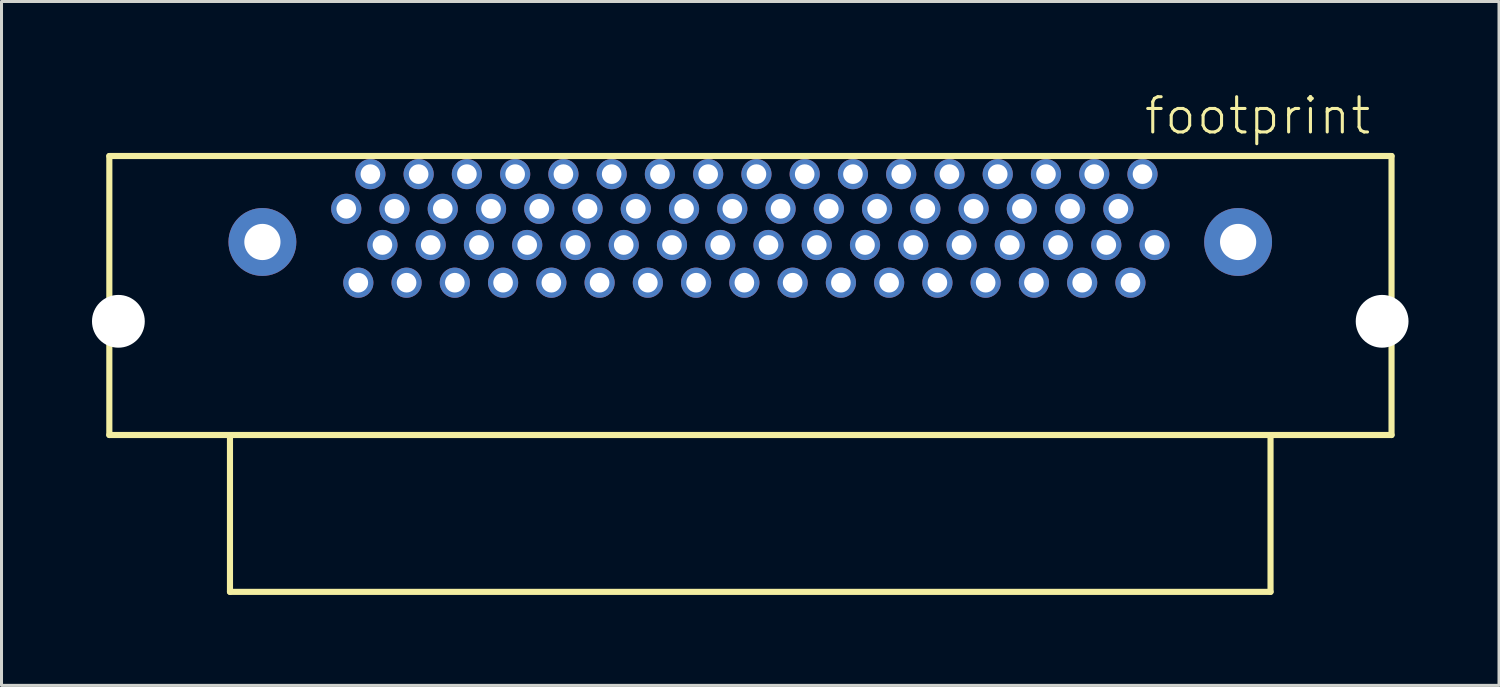
<source format=kicad_pcb>
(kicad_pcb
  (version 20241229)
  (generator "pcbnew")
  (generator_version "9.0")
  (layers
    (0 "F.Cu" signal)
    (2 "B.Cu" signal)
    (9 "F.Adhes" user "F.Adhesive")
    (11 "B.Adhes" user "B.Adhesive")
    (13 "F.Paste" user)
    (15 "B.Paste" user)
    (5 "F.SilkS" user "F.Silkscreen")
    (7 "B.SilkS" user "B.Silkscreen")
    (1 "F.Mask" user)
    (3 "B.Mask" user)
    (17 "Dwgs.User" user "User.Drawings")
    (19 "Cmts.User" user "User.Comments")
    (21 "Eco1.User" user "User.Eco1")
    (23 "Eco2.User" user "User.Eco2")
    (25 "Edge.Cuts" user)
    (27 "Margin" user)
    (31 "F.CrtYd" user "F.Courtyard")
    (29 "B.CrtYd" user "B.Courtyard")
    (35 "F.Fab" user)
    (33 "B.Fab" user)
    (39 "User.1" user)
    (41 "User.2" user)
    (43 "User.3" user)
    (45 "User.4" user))
  (footprint "footprint"
    (layer "F.Cu")
    (at 21.825 4.973)
    (property "Reference" "footprint" (at 13 -3.5 0) (layer "F.SilkS") (effects (font (size 1.168 1.168) (thickness 0.102)) (justify left bottom)))
    (fp_line (start -21.25 -2.85) (end -21.25 6.4) (stroke (width 0.203) (type solid)) (layer "F.SilkS"))
    (fp_line (start -21.25 6.4) (end -17.25 6.4) (stroke (width 0.203) (type solid)) (layer "F.SilkS"))
    (fp_line (start -17.25 6.4) (end -17.25 11.6) (stroke (width 0.203) (type solid)) (layer "F.SilkS"))
    (fp_line (start -17.25 6.4) (end 17.25 6.4) (stroke (width 0.203) (type solid)) (layer "F.SilkS"))
    (fp_line (start -17.25 11.6) (end 17.25 11.6) (stroke (width 0.203) (type solid)) (layer "F.SilkS"))
    (fp_line (start 17.25 6.4) (end 21.262 6.4) (stroke (width 0.203) (type solid)) (layer "F.SilkS"))
    (fp_line (start 17.25 11.6) (end 17.25 6.4) (stroke (width 0.203) (type solid)) (layer "F.SilkS"))
    (fp_line (start 21.262 -2.85) (end -21.25 -2.85) (stroke (width 0.203) (type solid)) (layer "F.SilkS"))
    (fp_line (start 21.262 6.4) (end 21.262 -2.85) (stroke (width 0.203) (type solid)) (layer "F.SilkS"))
    (pad "" np_thru_hole circle (at -20.95 2.63) (size 1.75 1.75) (drill 1.75) (layers "*.Cu" "*.Mask"))
    (pad "" np_thru_hole circle (at 20.95 2.63) (size 1.75 1.75) (drill 1.75) (layers "*.Cu" "*.Mask"))
    (pad "1" thru_hole circle (at 13.005 -2.25) (size 1 1) (drill 0.65) (layers "*.Cu" "*.Mask"))
    (pad "2" thru_hole circle (at 12.205 -1.1) (size 1 1) (drill 0.65) (layers "*.Cu" "*.Mask"))
    (pad "3" thru_hole circle (at 11.405 -2.25) (size 1 1) (drill 0.65) (layers "*.Cu" "*.Mask"))
    (pad "4" thru_hole circle (at 10.605 -1.1) (size 1 1) (drill 0.65) (layers "*.Cu" "*.Mask"))
    (pad "5" thru_hole circle (at 9.805 -2.25) (size 1 1) (drill 0.65) (layers "*.Cu" "*.Mask"))
    (pad "6" thru_hole circle (at 9.005 -1.1) (size 1 1) (drill 0.65) (layers "*.Cu" "*.Mask"))
    (pad "7" thru_hole circle (at 8.205 -2.25) (size 1 1) (drill 0.65) (layers "*.Cu" "*.Mask"))
    (pad "8" thru_hole circle (at 7.405 -1.1) (size 1 1) (drill 0.65) (layers "*.Cu" "*.Mask"))
    (pad "9" thru_hole circle (at 6.605 -2.25) (size 1 1) (drill 0.65) (layers "*.Cu" "*.Mask"))
    (pad "10" thru_hole circle (at 5.805 -1.1) (size 1 1) (drill 0.65) (layers "*.Cu" "*.Mask"))
    (pad "11" thru_hole circle (at 5.005 -2.25) (size 1 1) (drill 0.65) (layers "*.Cu" "*.Mask"))
    (pad "12" thru_hole circle (at 4.205 -1.1) (size 1 1) (drill 0.65) (layers "*.Cu" "*.Mask"))
    (pad "13" thru_hole circle (at 3.405 -2.25) (size 1 1) (drill 0.65) (layers "*.Cu" "*.Mask"))
    (pad "14" thru_hole circle (at 2.605 -1.1) (size 1 1) (drill 0.65) (layers "*.Cu" "*.Mask"))
    (pad "15" thru_hole circle (at 1.805 -2.25) (size 1 1) (drill 0.65) (layers "*.Cu" "*.Mask"))
    (pad "16" thru_hole circle (at 1.005 -1.1) (size 1 1) (drill 0.65) (layers "*.Cu" "*.Mask"))
    (pad "17" thru_hole circle (at 0.205 -2.25) (size 1 1) (drill 0.65) (layers "*.Cu" "*.Mask"))
    (pad "18" thru_hole circle (at -0.595 -1.1) (size 1 1) (drill 0.65) (layers "*.Cu" "*.Mask"))
    (pad "19" thru_hole circle (at -1.395 -2.25) (size 1 1) (drill 0.65) (layers "*.Cu" "*.Mask"))
    (pad "20" thru_hole circle (at -2.195 -1.1) (size 1 1) (drill 0.65) (layers "*.Cu" "*.Mask"))
    (pad "21" thru_hole circle (at -2.995 -2.25) (size 1 1) (drill 0.65) (layers "*.Cu" "*.Mask"))
    (pad "22" thru_hole circle (at -3.795 -1.1) (size 1 1) (drill 0.65) (layers "*.Cu" "*.Mask"))
    (pad "23" thru_hole circle (at -4.595 -2.25) (size 1 1) (drill 0.65) (layers "*.Cu" "*.Mask"))
    (pad "24" thru_hole circle (at -5.395 -1.1) (size 1 1) (drill 0.65) (layers "*.Cu" "*.Mask"))
    (pad "25" thru_hole circle (at -6.195 -2.25) (size 1 1) (drill 0.65) (layers "*.Cu" "*.Mask"))
    (pad "26" thru_hole circle (at -6.995 -1.1) (size 1 1) (drill 0.65) (layers "*.Cu" "*.Mask"))
    (pad "27" thru_hole circle (at -7.795 -2.25) (size 1 1) (drill 0.65) (layers "*.Cu" "*.Mask"))
    (pad "28" thru_hole circle (at -8.595 -1.1) (size 1 1) (drill 0.65) (layers "*.Cu" "*.Mask"))
    (pad "29" thru_hole circle (at -9.395 -2.25) (size 1 1) (drill 0.65) (layers "*.Cu" "*.Mask"))
    (pad "30" thru_hole circle (at -10.195 -1.1) (size 1 1) (drill 0.65) (layers "*.Cu" "*.Mask"))
    (pad "31" thru_hole circle (at -10.995 -2.25) (size 1 1) (drill 0.65) (layers "*.Cu" "*.Mask"))
    (pad "32" thru_hole circle (at -11.795 -1.1) (size 1 1) (drill 0.65) (layers "*.Cu" "*.Mask"))
    (pad "33" thru_hole circle (at -12.595 -2.25) (size 1 1) (drill 0.65) (layers "*.Cu" "*.Mask"))
    (pad "34" thru_hole circle (at -13.395 -1.1) (size 1 1) (drill 0.65) (layers "*.Cu" "*.Mask"))
    (pad "35" thru_hole circle (at 13.405 0.1) (size 1 1) (drill 0.65) (layers "*.Cu" "*.Mask"))
    (pad "36" thru_hole circle (at 12.605 1.35) (size 1 1) (drill 0.65) (layers "*.Cu" "*.Mask"))
    (pad "37" thru_hole circle (at 11.805 0.1) (size 1 1) (drill 0.65) (layers "*.Cu" "*.Mask"))
    (pad "38" thru_hole circle (at 11.005 1.35) (size 1 1) (drill 0.65) (layers "*.Cu" "*.Mask"))
    (pad "39" thru_hole circle (at 10.205 0.1) (size 1 1) (drill 0.65) (layers "*.Cu" "*.Mask"))
    (pad "40" thru_hole circle (at 9.405 1.35) (size 1 1) (drill 0.65) (layers "*.Cu" "*.Mask"))
    (pad "41" thru_hole circle (at 8.605 0.1) (size 1 1) (drill 0.65) (layers "*.Cu" "*.Mask"))
    (pad "42" thru_hole circle (at 7.805 1.35) (size 1 1) (drill 0.65) (layers "*.Cu" "*.Mask"))
    (pad "43" thru_hole circle (at 7.005 0.1) (size 1 1) (drill 0.65) (layers "*.Cu" "*.Mask"))
    (pad "44" thru_hole circle (at 6.205 1.35) (size 1 1) (drill 0.65) (layers "*.Cu" "*.Mask"))
    (pad "45" thru_hole circle (at 5.405 0.1) (size 1 1) (drill 0.65) (layers "*.Cu" "*.Mask"))
    (pad "46" thru_hole circle (at 4.605 1.35) (size 1 1) (drill 0.65) (layers "*.Cu" "*.Mask"))
    (pad "47" thru_hole circle (at 3.805 0.1) (size 1 1) (drill 0.65) (layers "*.Cu" "*.Mask"))
    (pad "48" thru_hole circle (at 3.005 1.35) (size 1 1) (drill 0.65) (layers "*.Cu" "*.Mask"))
    (pad "49" thru_hole circle (at 2.205 0.1) (size 1 1) (drill 0.65) (layers "*.Cu" "*.Mask"))
    (pad "50" thru_hole circle (at 1.405 1.35) (size 1 1) (drill 0.65) (layers "*.Cu" "*.Mask"))
    (pad "51" thru_hole circle (at 0.605 0.1) (size 1 1) (drill 0.65) (layers "*.Cu" "*.Mask"))
    (pad "52" thru_hole circle (at -0.195 1.35) (size 1 1) (drill 0.65) (layers "*.Cu" "*.Mask"))
    (pad "53" thru_hole circle (at -0.995 0.1) (size 1 1) (drill 0.65) (layers "*.Cu" "*.Mask"))
    (pad "54" thru_hole circle (at -1.795 1.35) (size 1 1) (drill 0.65) (layers "*.Cu" "*.Mask"))
    (pad "55" thru_hole circle (at -2.595 0.1) (size 1 1) (drill 0.65) (layers "*.Cu" "*.Mask"))
    (pad "56" thru_hole circle (at -3.395 1.35) (size 1 1) (drill 0.65) (layers "*.Cu" "*.Mask"))
    (pad "57" thru_hole circle (at -4.195 0.1) (size 1 1) (drill 0.65) (layers "*.Cu" "*.Mask"))
    (pad "58" thru_hole circle (at -4.995 1.35) (size 1 1) (drill 0.65) (layers "*.Cu" "*.Mask"))
    (pad "59" thru_hole circle (at -5.795 0.1) (size 1 1) (drill 0.65) (layers "*.Cu" "*.Mask"))
    (pad "60" thru_hole circle (at -6.595 1.35) (size 1 1) (drill 0.65) (layers "*.Cu" "*.Mask"))
    (pad "61" thru_hole circle (at -7.395 0.1) (size 1 1) (drill 0.65) (layers "*.Cu" "*.Mask"))
    (pad "62" thru_hole circle (at -8.195 1.35) (size 1 1) (drill 0.65) (layers "*.Cu" "*.Mask"))
    (pad "63" thru_hole circle (at -8.995 0.1) (size 1 1) (drill 0.65) (layers "*.Cu" "*.Mask"))
    (pad "64" thru_hole circle (at -9.795 1.35) (size 1 1) (drill 0.65) (layers "*.Cu" "*.Mask"))
    (pad "65" thru_hole circle (at -10.595 0.1) (size 1 1) (drill 0.65) (layers "*.Cu" "*.Mask"))
    (pad "66" thru_hole circle (at -11.395 1.35) (size 1 1) (drill 0.65) (layers "*.Cu" "*.Mask"))
    (pad "67" thru_hole circle (at -12.195 0.1) (size 1 1) (drill 0.65) (layers "*.Cu" "*.Mask"))
    (pad "68" thru_hole circle (at -12.995 1.35) (size 1 1) (drill 0.65) (layers "*.Cu" "*.Mask"))
    (pad "M@1" thru_hole circle (at -16.175 0) (size 2.25 2.25) (drill 1.2) (layers "*.Cu" "*.Mask"))
    (pad "M@2" thru_hole circle (at 16.175 0) (size 2.25 2.25) (drill 1.2) (layers "*.Cu" "*.Mask")))
  (gr_rect
    (start -3 -3)
    (end 46.65 19.675)
    (stroke (width 0.1) (type default))
    (fill no)
    (layer "Edge.Cuts")))
</source>
